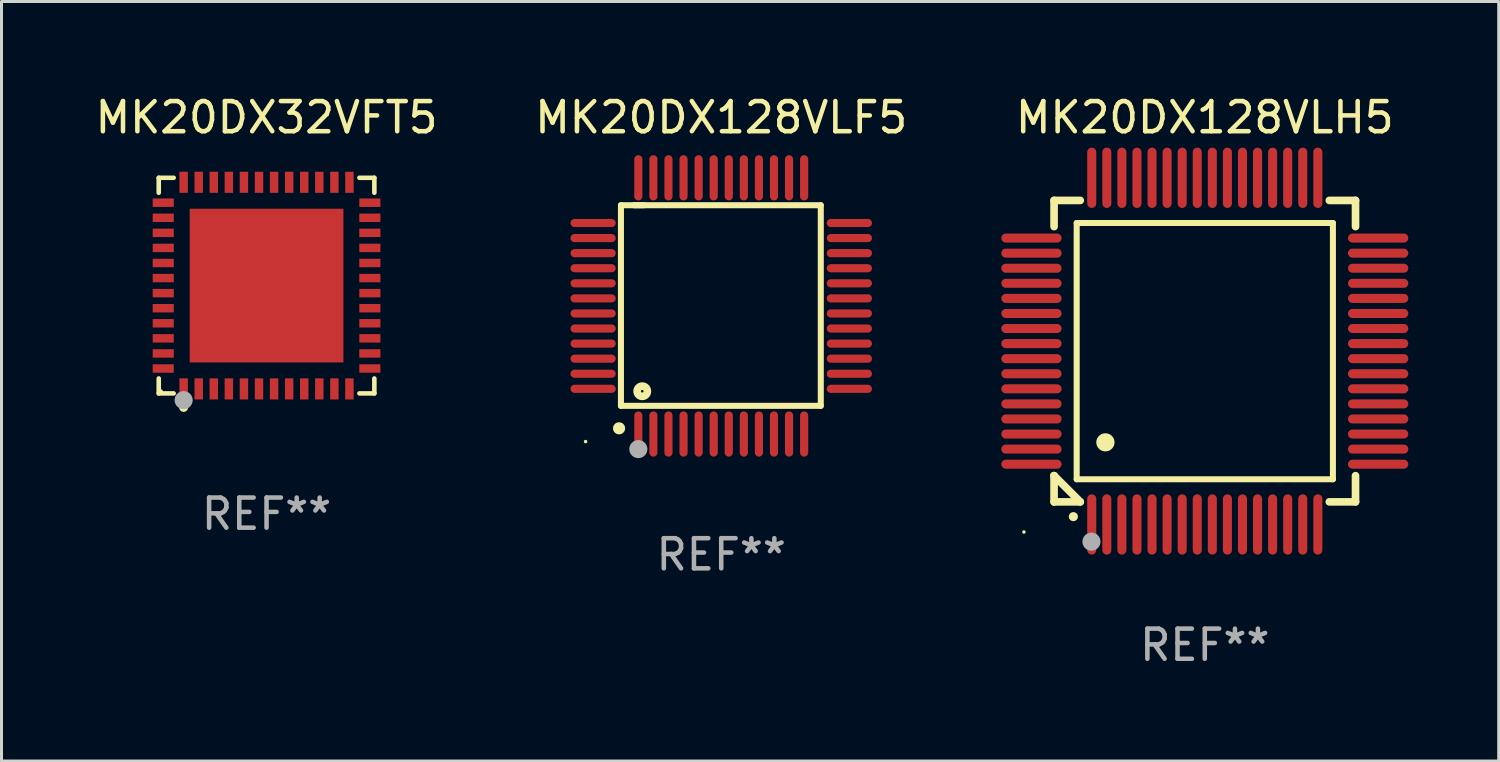
<source format=kicad_pcb>
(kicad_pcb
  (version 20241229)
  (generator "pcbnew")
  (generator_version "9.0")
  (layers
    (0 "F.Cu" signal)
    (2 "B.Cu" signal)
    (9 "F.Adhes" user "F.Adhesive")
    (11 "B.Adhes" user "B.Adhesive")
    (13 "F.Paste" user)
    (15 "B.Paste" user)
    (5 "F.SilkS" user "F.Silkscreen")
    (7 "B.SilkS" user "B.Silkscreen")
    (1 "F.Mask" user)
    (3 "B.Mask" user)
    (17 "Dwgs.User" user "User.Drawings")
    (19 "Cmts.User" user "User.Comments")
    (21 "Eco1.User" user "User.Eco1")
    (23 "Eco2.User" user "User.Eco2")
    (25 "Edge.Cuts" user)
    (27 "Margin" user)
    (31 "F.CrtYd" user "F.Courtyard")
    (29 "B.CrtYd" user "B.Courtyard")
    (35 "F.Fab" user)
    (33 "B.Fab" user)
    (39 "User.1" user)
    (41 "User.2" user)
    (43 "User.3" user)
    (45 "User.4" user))
  (footprint "MK20DX128VLF5"
    (layer "F.Cu")
    (at 20.875 7.098)
    (property "Reference" "MK20DX128VLF5" (at 0 -6.25 0) (layer "F.SilkS") (effects (font (size 1 1) (thickness 0.15))))
    (attr through_hole)
    (fp_line (start -3.327 -3.34) (end -2.565 -3.34) (stroke (width 0.2) (type solid)) (layer "F.SilkS"))
    (fp_line (start -3.327 3.315) (end -3.327 -3.34) (stroke (width 0.2) (type solid)) (layer "F.SilkS"))
    (fp_line (start -2.896 -3.34) (end 3.302 -3.34) (stroke (width 0.2) (type solid)) (layer "F.SilkS"))
    (fp_line (start 3.302 -3.34) (end 3.302 3.315) (stroke (width 0.2) (type solid)) (layer "F.SilkS"))
    (fp_line (start 3.302 3.315) (end -3.327 3.315) (stroke (width 0.2) (type solid)) (layer "F.SilkS"))
    (fp_arc (start -3.389992 4.059995) (mid -3.388722 4.059991) (end -3.387452 4.059995) (stroke (width 0.4) (type solid)) (layer "F.SilkS"))
    (fp_circle (center -4.5 4.5) (end -4.47 4.5) (stroke (width 0.06) (type solid)) (fill no) (layer "F.SilkS"))
    (fp_circle (center -2.62 2.83) (end -2.45 2.83) (stroke (width 0.254) (type solid)) (fill no) (layer "F.SilkS"))
    (fp_circle (center -2.75 4.75) (end -2.6 4.75) (stroke (width 0.3) (type solid)) (fill no) (layer "F.Fab"))
    (fp_text user "REF**" (at 0 8.25 0) (layer "F.Fab") (effects (font (size 1 1) (thickness 0.15))))
    (pad "1" smd oval (at -2.75 4.25) (size 0.27 1.5) (layers "F.Cu" "F.Mask" "F.Paste"))
    (pad "2" smd oval (at -2.25 4.25) (size 0.27 1.5) (layers "F.Cu" "F.Mask" "F.Paste"))
    (pad "3" smd oval (at -1.75 4.25) (size 0.27 1.5) (layers "F.Cu" "F.Mask" "F.Paste"))
    (pad "4" smd oval (at -1.25 4.25) (size 0.27 1.5) (layers "F.Cu" "F.Mask" "F.Paste"))
    (pad "5" smd oval (at -0.75 4.25) (size 0.27 1.5) (layers "F.Cu" "F.Mask" "F.Paste"))
    (pad "6" smd oval (at -0.25 4.25) (size 0.27 1.5) (layers "F.Cu" "F.Mask" "F.Paste"))
    (pad "7" smd oval (at 0.25 4.25) (size 0.27 1.5) (layers "F.Cu" "F.Mask" "F.Paste"))
    (pad "8" smd oval (at 0.75 4.25) (size 0.27 1.5) (layers "F.Cu" "F.Mask" "F.Paste"))
    (pad "9" smd oval (at 1.25 4.25) (size 0.27 1.5) (layers "F.Cu" "F.Mask" "F.Paste"))
    (pad "10" smd oval (at 1.75 4.25) (size 0.27 1.5) (layers "F.Cu" "F.Mask" "F.Paste"))
    (pad "11" smd oval (at 2.25 4.25) (size 0.27 1.5) (layers "F.Cu" "F.Mask" "F.Paste"))
    (pad "12" smd oval (at 2.75 4.25) (size 0.27 1.5) (layers "F.Cu" "F.Mask" "F.Paste"))
    (pad "13" smd oval (at 4.25 2.75) (size 1.5 0.27) (layers "F.Cu" "F.Mask" "F.Paste"))
    (pad "14" smd oval (at 4.25 2.25) (size 1.5 0.27) (layers "F.Cu" "F.Mask" "F.Paste"))
    (pad "15" smd oval (at 4.25 1.75) (size 1.5 0.27) (layers "F.Cu" "F.Mask" "F.Paste"))
    (pad "16" smd oval (at 4.25 1.25) (size 1.5 0.27) (layers "F.Cu" "F.Mask" "F.Paste"))
    (pad "17" smd oval (at 4.25 0.75) (size 1.5 0.27) (layers "F.Cu" "F.Mask" "F.Paste"))
    (pad "18" smd oval (at 4.25 0.25) (size 1.5 0.27) (layers "F.Cu" "F.Mask" "F.Paste"))
    (pad "19" smd oval (at 4.25 -0.25) (size 1.5 0.27) (layers "F.Cu" "F.Mask" "F.Paste"))
    (pad "20" smd oval (at 4.25 -0.75) (size 1.5 0.27) (layers "F.Cu" "F.Mask" "F.Paste"))
    (pad "21" smd oval (at 4.25 -1.25) (size 1.5 0.27) (layers "F.Cu" "F.Mask" "F.Paste"))
    (pad "22" smd oval (at 4.25 -1.75) (size 1.5 0.27) (layers "F.Cu" "F.Mask" "F.Paste"))
    (pad "23" smd oval (at 4.25 -2.25) (size 1.5 0.27) (layers "F.Cu" "F.Mask" "F.Paste"))
    (pad "24" smd oval (at 4.25 -2.75) (size 1.5 0.27) (layers "F.Cu" "F.Mask" "F.Paste"))
    (pad "25" smd oval (at 2.75 -4.25) (size 0.27 1.5) (layers "F.Cu" "F.Mask" "F.Paste"))
    (pad "26" smd oval (at 2.25 -4.25) (size 0.27 1.5) (layers "F.Cu" "F.Mask" "F.Paste"))
    (pad "27" smd oval (at 1.75 -4.25) (size 0.27 1.5) (layers "F.Cu" "F.Mask" "F.Paste"))
    (pad "28" smd oval (at 1.25 -4.25) (size 0.27 1.5) (layers "F.Cu" "F.Mask" "F.Paste"))
    (pad "29" smd oval (at 0.75 -4.25) (size 0.27 1.5) (layers "F.Cu" "F.Mask" "F.Paste"))
    (pad "30" smd oval (at 0.25 -4.25) (size 0.27 1.5) (layers "F.Cu" "F.Mask" "F.Paste"))
    (pad "31" smd oval (at -0.25 -4.25) (size 0.27 1.5) (layers "F.Cu" "F.Mask" "F.Paste"))
    (pad "32" smd oval (at -0.75 -4.25) (size 0.27 1.5) (layers "F.Cu" "F.Mask" "F.Paste"))
    (pad "33" smd oval (at -1.25 -4.25) (size 0.27 1.5) (layers "F.Cu" "F.Mask" "F.Paste"))
    (pad "34" smd oval (at -1.75 -4.25) (size 0.27 1.5) (layers "F.Cu" "F.Mask" "F.Paste"))
    (pad "35" smd oval (at -2.25 -4.25) (size 0.27 1.5) (layers "F.Cu" "F.Mask" "F.Paste"))
    (pad "36" smd oval (at -2.75 -4.25) (size 0.27 1.5) (layers "F.Cu" "F.Mask" "F.Paste"))
    (pad "37" smd oval (at -4.25 -2.75) (size 1.5 0.27) (layers "F.Cu" "F.Mask" "F.Paste"))
    (pad "38" smd oval (at -4.25 -2.25) (size 1.5 0.27) (layers "F.Cu" "F.Mask" "F.Paste"))
    (pad "39" smd oval (at -4.25 -1.75) (size 1.5 0.27) (layers "F.Cu" "F.Mask" "F.Paste"))
    (pad "40" smd oval (at -4.25 -1.25) (size 1.5 0.27) (layers "F.Cu" "F.Mask" "F.Paste"))
    (pad "41" smd oval (at -4.25 -0.75) (size 1.5 0.27) (layers "F.Cu" "F.Mask" "F.Paste"))
    (pad "42" smd oval (at -4.25 -0.25) (size 1.5 0.27) (layers "F.Cu" "F.Mask" "F.Paste"))
    (pad "43" smd oval (at -4.25 0.25) (size 1.5 0.27) (layers "F.Cu" "F.Mask" "F.Paste"))
    (pad "44" smd oval (at -4.25 0.75) (size 1.5 0.27) (layers "F.Cu" "F.Mask" "F.Paste"))
    (pad "45" smd oval (at -4.25 1.25) (size 1.5 0.27) (layers "F.Cu" "F.Mask" "F.Paste"))
    (pad "46" smd oval (at -4.25 1.75) (size 1.5 0.27) (layers "F.Cu" "F.Mask" "F.Paste"))
    (pad "47" smd oval (at -4.25 2.25) (size 1.5 0.27) (layers "F.Cu" "F.Mask" "F.Paste"))
    (pad "48" smd oval (at -4.25 2.75) (size 1.5 0.27) (layers "F.Cu" "F.Mask" "F.Paste")))
  (footprint "MK20DX128VLH5"
    (layer "F.Cu")
    (at 36.916 8.598)
    (property "Reference" "MK20DX128VLH5" (at 0 -7.75 0) (layer "F.SilkS") (effects (font (size 1 1) (thickness 0.15))))
    (attr through_hole)
    (fp_line (start -5 -5) (end -4.131 -5) (stroke (width 0.254) (type solid)) (layer "F.SilkS"))
    (fp_line (start -5 -4.131) (end -5 -5) (stroke (width 0.254) (type solid)) (layer "F.SilkS"))
    (fp_line (start -5 4.131) (end -5 4.131) (stroke (width 0.254) (type solid)) (layer "F.SilkS"))
    (fp_line (start -5 5) (end -5 4.131) (stroke (width 0.254) (type solid)) (layer "F.SilkS"))
    (fp_line (start -5 4.131) (end -4.131 5) (stroke (width 0.254) (type solid)) (layer "F.SilkS"))
    (fp_line (start -4.25 -4.25) (end -4.25 4.25) (stroke (width 0.2) (type solid)) (layer "F.SilkS"))
    (fp_line (start -4.25 4.25) (end 4.25 4.25) (stroke (width 0.2) (type solid)) (layer "F.SilkS"))
    (fp_line (start -4.131 5) (end -5 5) (stroke (width 0.254) (type solid)) (layer "F.SilkS"))
    (fp_line (start 4.25 -4.25) (end -4.25 -4.25) (stroke (width 0.2) (type solid)) (layer "F.SilkS"))
    (fp_line (start 4.25 4.25) (end 4.25 -4.25) (stroke (width 0.2) (type solid)) (layer "F.SilkS"))
    (fp_line (start 5 -5) (end 4.131 -5) (stroke (width 0.254) (type solid)) (layer "F.SilkS"))
    (fp_line (start 5 -5) (end 5 -4.131) (stroke (width 0.254) (type solid)) (layer "F.SilkS"))
    (fp_line (start 5 4.131) (end 5 5) (stroke (width 0.254) (type solid)) (layer "F.SilkS"))
    (fp_line (start 5 5) (end 4.131 5) (stroke (width 0.254) (type solid)) (layer "F.SilkS"))
    (fp_arc (start -4.361265 5.489992) (mid -4.359995 5.489987) (end -4.358725 5.489992) (stroke (width 0.3) (type solid)) (layer "F.SilkS"))
    (fp_arc (start -3.299467 3.025146) (mid -3.296927 3.025135) (end -3.294387 3.025146) (stroke (width 0.6) (type solid)) (layer "F.SilkS"))
    (fp_circle (center -6 6) (end -5.97 6) (stroke (width 0.06) (type solid)) (fill no) (layer "F.SilkS"))
    (fp_circle (center -3.76 6.32) (end -3.61 6.32) (stroke (width 0.3) (type solid)) (fill no) (layer "F.Fab"))
    (fp_text user "REF**" (at 0 9.75 0) (layer "F.Fab") (effects (font (size 1 1) (thickness 0.15))))
    (pad "1" smd oval (at -3.75 5.75) (size 0.3 2) (layers "F.Cu" "F.Mask" "F.Paste"))
    (pad "2" smd oval (at -3.25 5.75) (size 0.3 2) (layers "F.Cu" "F.Mask" "F.Paste"))
    (pad "3" smd oval (at -2.75 5.75) (size 0.3 2) (layers "F.Cu" "F.Mask" "F.Paste"))
    (pad "4" smd oval (at -2.25 5.75) (size 0.3 2) (layers "F.Cu" "F.Mask" "F.Paste"))
    (pad "5" smd oval (at -1.75 5.75) (size 0.3 2) (layers "F.Cu" "F.Mask" "F.Paste"))
    (pad "6" smd oval (at -1.25 5.75) (size 0.3 2) (layers "F.Cu" "F.Mask" "F.Paste"))
    (pad "7" smd oval (at -0.75 5.75) (size 0.3 2) (layers "F.Cu" "F.Mask" "F.Paste"))
    (pad "8" smd oval (at -0.25 5.75) (size 0.3 2) (layers "F.Cu" "F.Mask" "F.Paste"))
    (pad "9" smd oval (at 0.25 5.75) (size 0.3 2) (layers "F.Cu" "F.Mask" "F.Paste"))
    (pad "10" smd oval (at 0.75 5.75) (size 0.3 2) (layers "F.Cu" "F.Mask" "F.Paste"))
    (pad "11" smd oval (at 1.25 5.75) (size 0.3 2) (layers "F.Cu" "F.Mask" "F.Paste"))
    (pad "12" smd oval (at 1.75 5.75) (size 0.3 2) (layers "F.Cu" "F.Mask" "F.Paste"))
    (pad "13" smd oval (at 2.25 5.75) (size 0.3 2) (layers "F.Cu" "F.Mask" "F.Paste"))
    (pad "14" smd oval (at 2.75 5.75) (size 0.3 2) (layers "F.Cu" "F.Mask" "F.Paste"))
    (pad "15" smd oval (at 3.25 5.75) (size 0.3 2) (layers "F.Cu" "F.Mask" "F.Paste"))
    (pad "16" smd oval (at 3.75 5.75) (size 0.3 2) (layers "F.Cu" "F.Mask" "F.Paste"))
    (pad "17" smd oval (at 5.75 3.75) (size 2 0.3) (layers "F.Cu" "F.Mask" "F.Paste"))
    (pad "18" smd oval (at 5.75 3.25) (size 2 0.3) (layers "F.Cu" "F.Mask" "F.Paste"))
    (pad "19" smd oval (at 5.75 2.75) (size 2 0.3) (layers "F.Cu" "F.Mask" "F.Paste"))
    (pad "20" smd oval (at 5.75 2.25) (size 2 0.3) (layers "F.Cu" "F.Mask" "F.Paste"))
    (pad "21" smd oval (at 5.75 1.75) (size 2 0.3) (layers "F.Cu" "F.Mask" "F.Paste"))
    (pad "22" smd oval (at 5.75 1.25) (size 2 0.3) (layers "F.Cu" "F.Mask" "F.Paste"))
    (pad "23" smd oval (at 5.75 0.75) (size 2 0.3) (layers "F.Cu" "F.Mask" "F.Paste"))
    (pad "24" smd oval (at 5.75 0.25) (size 2 0.3) (layers "F.Cu" "F.Mask" "F.Paste"))
    (pad "25" smd oval (at 5.75 -0.25) (size 2 0.3) (layers "F.Cu" "F.Mask" "F.Paste"))
    (pad "26" smd oval (at 5.75 -0.75) (size 2 0.3) (layers "F.Cu" "F.Mask" "F.Paste"))
    (pad "27" smd oval (at 5.75 -1.25) (size 2 0.3) (layers "F.Cu" "F.Mask" "F.Paste"))
    (pad "28" smd oval (at 5.75 -1.75) (size 2 0.3) (layers "F.Cu" "F.Mask" "F.Paste"))
    (pad "29" smd oval (at 5.75 -2.25) (size 2 0.3) (layers "F.Cu" "F.Mask" "F.Paste"))
    (pad "30" smd oval (at 5.75 -2.75) (size 2 0.3) (layers "F.Cu" "F.Mask" "F.Paste"))
    (pad "31" smd oval (at 5.75 -3.25) (size 2 0.3) (layers "F.Cu" "F.Mask" "F.Paste"))
    (pad "32" smd oval (at 5.75 -3.75) (size 2 0.3) (layers "F.Cu" "F.Mask" "F.Paste"))
    (pad "33" smd oval (at 3.75 -5.75) (size 0.3 2) (layers "F.Cu" "F.Mask" "F.Paste"))
    (pad "34" smd oval (at 3.25 -5.75) (size 0.3 2) (layers "F.Cu" "F.Mask" "F.Paste"))
    (pad "35" smd oval (at 2.75 -5.75) (size 0.3 2) (layers "F.Cu" "F.Mask" "F.Paste"))
    (pad "36" smd oval (at 2.25 -5.75) (size 0.3 2) (layers "F.Cu" "F.Mask" "F.Paste"))
    (pad "37" smd oval (at 1.75 -5.75) (size 0.3 2) (layers "F.Cu" "F.Mask" "F.Paste"))
    (pad "38" smd oval (at 1.25 -5.75) (size 0.3 2) (layers "F.Cu" "F.Mask" "F.Paste"))
    (pad "39" smd oval (at 0.75 -5.75) (size 0.3 2) (layers "F.Cu" "F.Mask" "F.Paste"))
    (pad "40" smd oval (at 0.25 -5.75) (size 0.3 2) (layers "F.Cu" "F.Mask" "F.Paste"))
    (pad "41" smd oval (at -0.25 -5.75) (size 0.3 2) (layers "F.Cu" "F.Mask" "F.Paste"))
    (pad "42" smd oval (at -0.75 -5.75) (size 0.3 2) (layers "F.Cu" "F.Mask" "F.Paste"))
    (pad "43" smd oval (at -1.25 -5.75) (size 0.3 2) (layers "F.Cu" "F.Mask" "F.Paste"))
    (pad "44" smd oval (at -1.75 -5.75) (size 0.3 2) (layers "F.Cu" "F.Mask" "F.Paste"))
    (pad "45" smd oval (at -2.25 -5.75) (size 0.3 2) (layers "F.Cu" "F.Mask" "F.Paste"))
    (pad "46" smd oval (at -2.75 -5.75) (size 0.3 2) (layers "F.Cu" "F.Mask" "F.Paste"))
    (pad "47" smd oval (at -3.25 -5.75) (size 0.3 2) (layers "F.Cu" "F.Mask" "F.Paste"))
    (pad "48" smd oval (at -3.75 -5.75) (size 0.3 2) (layers "F.Cu" "F.Mask" "F.Paste"))
    (pad "49" smd oval (at -5.75 -3.75) (size 2 0.3) (layers "F.Cu" "F.Mask" "F.Paste"))
    (pad "50" smd oval (at -5.75 -3.25) (size 2 0.3) (layers "F.Cu" "F.Mask" "F.Paste"))
    (pad "51" smd oval (at -5.75 -2.75) (size 2 0.3) (layers "F.Cu" "F.Mask" "F.Paste"))
    (pad "52" smd oval (at -5.75 -2.25) (size 2 0.3) (layers "F.Cu" "F.Mask" "F.Paste"))
    (pad "53" smd oval (at -5.75 -1.75) (size 2 0.3) (layers "F.Cu" "F.Mask" "F.Paste"))
    (pad "54" smd oval (at -5.75 -1.25) (size 2 0.3) (layers "F.Cu" "F.Mask" "F.Paste"))
    (pad "55" smd oval (at -5.75 -0.75) (size 2 0.3) (layers "F.Cu" "F.Mask" "F.Paste"))
    (pad "56" smd oval (at -5.75 -0.25) (size 2 0.3) (layers "F.Cu" "F.Mask" "F.Paste"))
    (pad "57" smd oval (at -5.75 0.25) (size 2 0.3) (layers "F.Cu" "F.Mask" "F.Paste"))
    (pad "58" smd oval (at -5.75 0.75) (size 2 0.3) (layers "F.Cu" "F.Mask" "F.Paste"))
    (pad "59" smd oval (at -5.75 1.25) (size 2 0.3) (layers "F.Cu" "F.Mask" "F.Paste"))
    (pad "60" smd oval (at -5.75 1.75) (size 2 0.3) (layers "F.Cu" "F.Mask" "F.Paste"))
    (pad "61" smd oval (at -5.75 2.25) (size 2 0.3) (layers "F.Cu" "F.Mask" "F.Paste"))
    (pad "62" smd oval (at -5.75 2.75) (size 2 0.3) (layers "F.Cu" "F.Mask" "F.Paste"))
    (pad "63" smd oval (at -5.75 3.25) (size 2 0.3) (layers "F.Cu" "F.Mask" "F.Paste"))
    (pad "64" smd oval (at -5.75 3.75) (size 2 0.3) (layers "F.Cu" "F.Mask" "F.Paste")))
  (footprint "MK20DX32VFT5"
    (layer "F.Cu")
    (at 5.792 6.424)
    (property "Reference" "MK20DX32VFT5" (at 0 -5.576 0) (layer "F.SilkS") (effects (font (size 1 1) (thickness 0.15))))
    (attr through_hole)
    (fp_line (start -3.576 -3.576) (end -3.081 -3.576) (stroke (width 0.152) (type solid)) (layer "F.SilkS"))
    (fp_line (start -3.576 -3.081) (end -3.576 -3.576) (stroke (width 0.152) (type solid)) (layer "F.SilkS"))
    (fp_line (start -3.576 3.081) (end -3.576 3.576) (stroke (width 0.152) (type solid)) (layer "F.SilkS"))
    (fp_line (start -3.576 3.576) (end -3.081 3.576) (stroke (width 0.152) (type solid)) (layer "F.SilkS"))
    (fp_line (start 3.576 -3.576) (end 3.081 -3.576) (stroke (width 0.152) (type solid)) (layer "F.SilkS"))
    (fp_line (start 3.576 -3.081) (end 3.576 -3.576) (stroke (width 0.152) (type solid)) (layer "F.SilkS"))
    (fp_line (start 3.576 3.081) (end 3.576 3.576) (stroke (width 0.152) (type solid)) (layer "F.SilkS"))
    (fp_line (start 3.576 3.576) (end 3.081 3.576) (stroke (width 0.152) (type solid)) (layer "F.SilkS"))
    (fp_circle (center -3.5 3.5) (end -3.47 3.5) (stroke (width 0.06) (type solid)) (fill no) (layer "F.SilkS"))
    (fp_circle (center -2.75 4.04) (end -2.675 4.04) (stroke (width 0.15) (type solid)) (fill no) (layer "F.SilkS"))
    (fp_circle (center -2.75 3.8) (end -2.6 3.8) (stroke (width 0.3) (type solid)) (fill no) (layer "F.Fab"))
    (fp_text user "REF**" (at 0 7.576 0) (layer "F.Fab") (effects (font (size 1 1) (thickness 0.15))))
    (pad "1" smd rect (at -2.75 3.427) (size 0.28 0.7) (layers "F.Cu" "F.Mask" "F.Paste"))
    (pad "2" smd rect (at -2.25 3.427) (size 0.28 0.7) (layers "F.Cu" "F.Mask" "F.Paste"))
    (pad "3" smd rect (at -1.75 3.427) (size 0.28 0.7) (layers "F.Cu" "F.Mask" "F.Paste"))
    (pad "4" smd rect (at -1.25 3.427) (size 0.28 0.7) (layers "F.Cu" "F.Mask" "F.Paste"))
    (pad "5" smd rect (at -0.75 3.427) (size 0.28 0.7) (layers "F.Cu" "F.Mask" "F.Paste"))
    (pad "6" smd rect (at -0.25 3.427) (size 0.28 0.7) (layers "F.Cu" "F.Mask" "F.Paste"))
    (pad "7" smd rect (at 0.25 3.427) (size 0.28 0.7) (layers "F.Cu" "F.Mask" "F.Paste"))
    (pad "8" smd rect (at 0.75 3.427) (size 0.28 0.7) (layers "F.Cu" "F.Mask" "F.Paste"))
    (pad "9" smd rect (at 1.25 3.427) (size 0.28 0.7) (layers "F.Cu" "F.Mask" "F.Paste"))
    (pad "10" smd rect (at 1.75 3.427) (size 0.28 0.7) (layers "F.Cu" "F.Mask" "F.Paste"))
    (pad "11" smd rect (at 2.25 3.427) (size 0.28 0.7) (layers "F.Cu" "F.Mask" "F.Paste"))
    (pad "12" smd rect (at 2.75 3.427) (size 0.28 0.7) (layers "F.Cu" "F.Mask" "F.Paste"))
    (pad "13" smd rect (at 3.427 2.75) (size 0.7 0.28) (layers "F.Cu" "F.Mask" "F.Paste"))
    (pad "14" smd rect (at 3.427 2.25) (size 0.7 0.28) (layers "F.Cu" "F.Mask" "F.Paste"))
    (pad "15" smd rect (at 3.427 1.75) (size 0.7 0.28) (layers "F.Cu" "F.Mask" "F.Paste"))
    (pad "16" smd rect (at 3.427 1.25) (size 0.7 0.28) (layers "F.Cu" "F.Mask" "F.Paste"))
    (pad "17" smd rect (at 3.427 0.75) (size 0.7 0.28) (layers "F.Cu" "F.Mask" "F.Paste"))
    (pad "18" smd rect (at 3.427 0.25) (size 0.7 0.28) (layers "F.Cu" "F.Mask" "F.Paste"))
    (pad "19" smd rect (at 3.427 -0.25) (size 0.7 0.28) (layers "F.Cu" "F.Mask" "F.Paste"))
    (pad "20" smd rect (at 3.427 -0.75) (size 0.7 0.28) (layers "F.Cu" "F.Mask" "F.Paste"))
    (pad "21" smd rect (at 3.427 -1.25) (size 0.7 0.28) (layers "F.Cu" "F.Mask" "F.Paste"))
    (pad "22" smd rect (at 3.427 -1.75) (size 0.7 0.28) (layers "F.Cu" "F.Mask" "F.Paste"))
    (pad "23" smd rect (at 3.427 -2.25) (size 0.7 0.28) (layers "F.Cu" "F.Mask" "F.Paste"))
    (pad "24" smd rect (at 3.427 -2.75) (size 0.7 0.28) (layers "F.Cu" "F.Mask" "F.Paste"))
    (pad "25" smd rect (at 2.75 -3.427) (size 0.28 0.7) (layers "F.Cu" "F.Mask" "F.Paste"))
    (pad "26" smd rect (at 2.25 -3.427) (size 0.28 0.7) (layers "F.Cu" "F.Mask" "F.Paste"))
    (pad "27" smd rect (at 1.75 -3.427) (size 0.28 0.7) (layers "F.Cu" "F.Mask" "F.Paste"))
    (pad "28" smd rect (at 1.25 -3.427) (size 0.28 0.7) (layers "F.Cu" "F.Mask" "F.Paste"))
    (pad "29" smd rect (at 0.75 -3.427) (size 0.28 0.7) (layers "F.Cu" "F.Mask" "F.Paste"))
    (pad "30" smd rect (at 0.25 -3.427) (size 0.28 0.7) (layers "F.Cu" "F.Mask" "F.Paste"))
    (pad "31" smd rect (at -0.25 -3.427) (size 0.28 0.7) (layers "F.Cu" "F.Mask" "F.Paste"))
    (pad "32" smd rect (at -0.75 -3.427) (size 0.28 0.7) (layers "F.Cu" "F.Mask" "F.Paste"))
    (pad "33" smd rect (at -1.25 -3.427) (size 0.28 0.7) (layers "F.Cu" "F.Mask" "F.Paste"))
    (pad "34" smd rect (at -1.75 -3.427) (size 0.28 0.7) (layers "F.Cu" "F.Mask" "F.Paste"))
    (pad "35" smd rect (at -2.25 -3.427) (size 0.28 0.7) (layers "F.Cu" "F.Mask" "F.Paste"))
    (pad "36" smd rect (at -2.75 -3.427) (size 0.28 0.7) (layers "F.Cu" "F.Mask" "F.Paste"))
    (pad "37" smd rect (at -3.427 -2.75) (size 0.7 0.28) (layers "F.Cu" "F.Mask" "F.Paste"))
    (pad "38" smd rect (at -3.427 -2.25) (size 0.7 0.28) (layers "F.Cu" "F.Mask" "F.Paste"))
    (pad "39" smd rect (at -3.427 -1.75) (size 0.7 0.28) (layers "F.Cu" "F.Mask" "F.Paste"))
    (pad "40" smd rect (at -3.427 -1.25) (size 0.7 0.28) (layers "F.Cu" "F.Mask" "F.Paste"))
    (pad "41" smd rect (at -3.427 -0.75) (size 0.7 0.28) (layers "F.Cu" "F.Mask" "F.Paste"))
    (pad "42" smd rect (at -3.427 -0.25) (size 0.7 0.28) (layers "F.Cu" "F.Mask" "F.Paste"))
    (pad "43" smd rect (at -3.427 0.25) (size 0.7 0.28) (layers "F.Cu" "F.Mask" "F.Paste"))
    (pad "44" smd rect (at -3.427 0.75) (size 0.7 0.28) (layers "F.Cu" "F.Mask" "F.Paste"))
    (pad "45" smd rect (at -3.427 1.25) (size 0.7 0.28) (layers "F.Cu" "F.Mask" "F.Paste"))
    (pad "46" smd rect (at -3.427 1.75) (size 0.7 0.28) (layers "F.Cu" "F.Mask" "F.Paste"))
    (pad "47" smd rect (at -3.427 2.25) (size 0.7 0.28) (layers "F.Cu" "F.Mask" "F.Paste"))
    (pad "48" smd rect (at -3.427 2.75) (size 0.7 0.28) (layers "F.Cu" "F.Mask" "F.Paste"))
    (pad "49" smd rect (at 0 0) (size 5.1 5.1) (layers "F.Cu" "F.Mask" "F.Paste")))
  (gr_rect
    (start -3 -3)
    (end 46.666 22.196)
    (stroke (width 0.1) (type default))
    (fill no)
    (layer "Edge.Cuts")))
</source>
